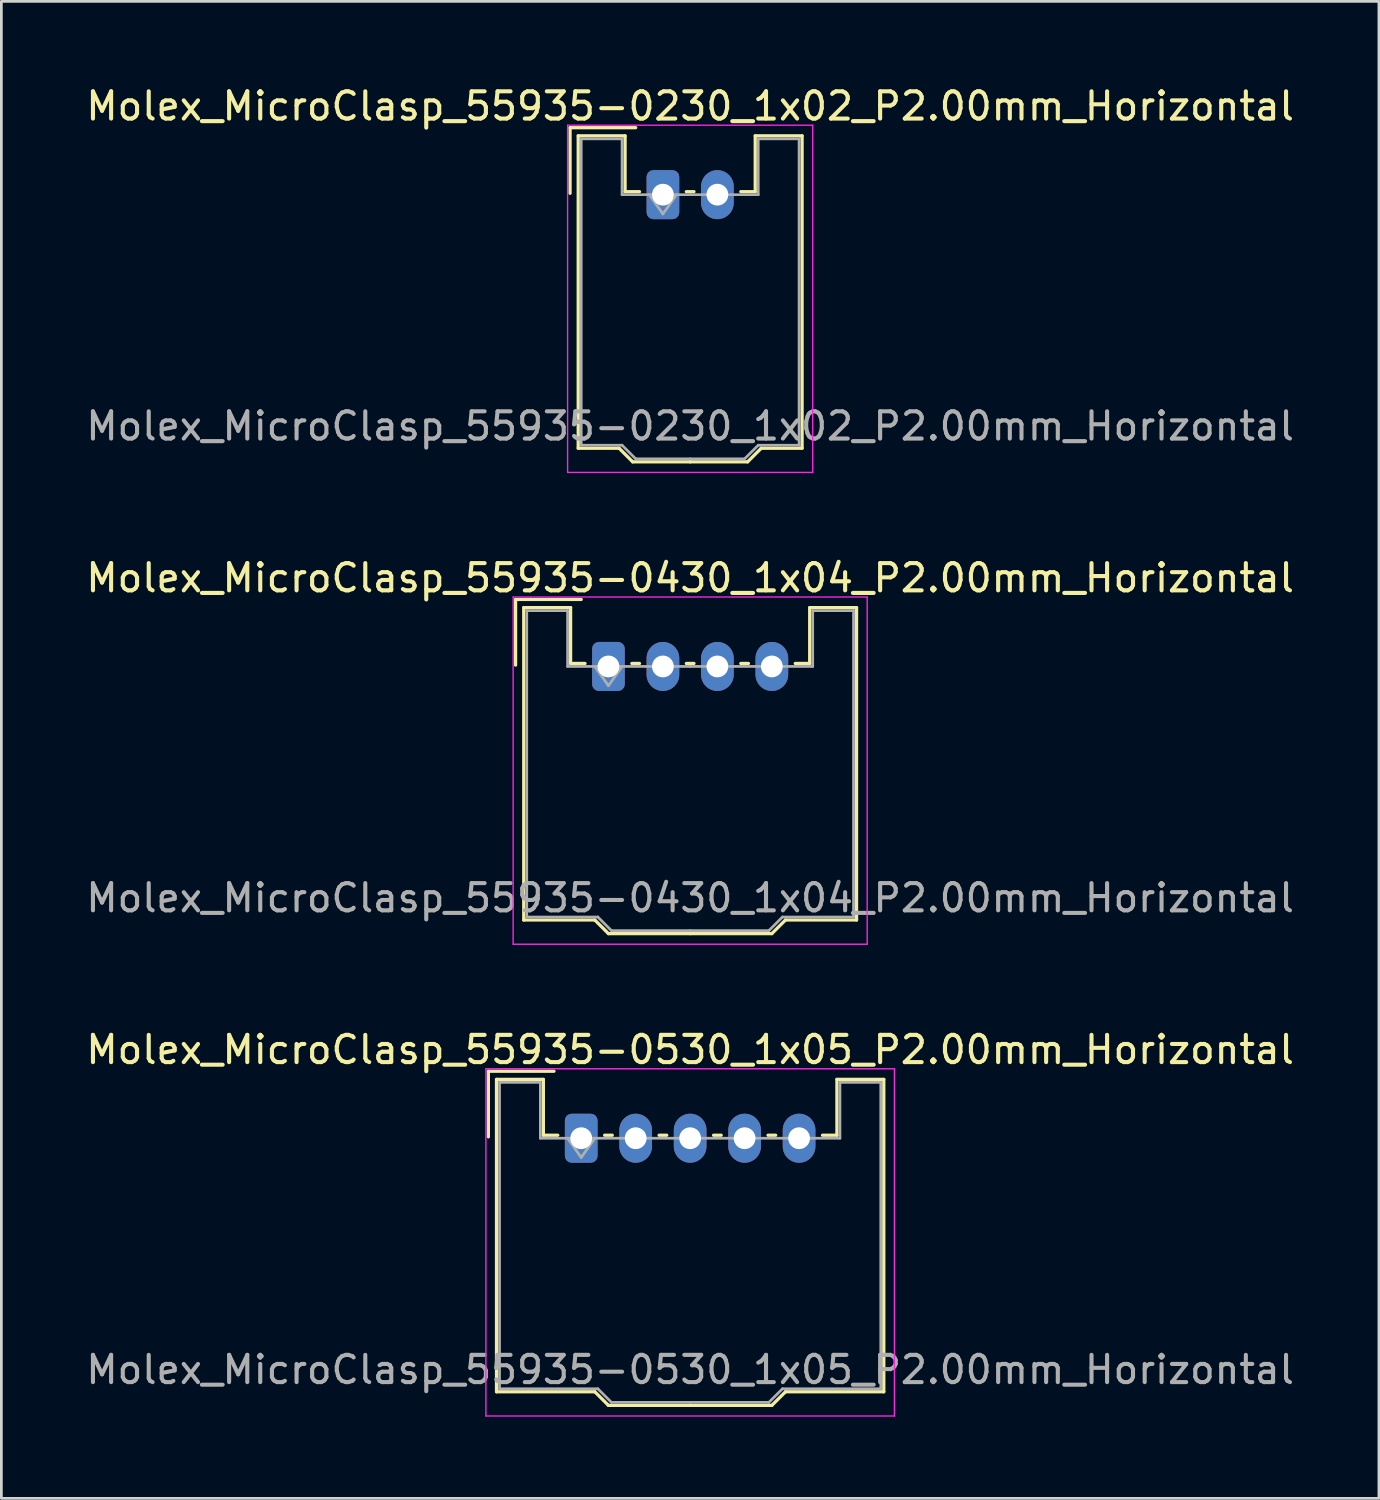
<source format=kicad_pcb>
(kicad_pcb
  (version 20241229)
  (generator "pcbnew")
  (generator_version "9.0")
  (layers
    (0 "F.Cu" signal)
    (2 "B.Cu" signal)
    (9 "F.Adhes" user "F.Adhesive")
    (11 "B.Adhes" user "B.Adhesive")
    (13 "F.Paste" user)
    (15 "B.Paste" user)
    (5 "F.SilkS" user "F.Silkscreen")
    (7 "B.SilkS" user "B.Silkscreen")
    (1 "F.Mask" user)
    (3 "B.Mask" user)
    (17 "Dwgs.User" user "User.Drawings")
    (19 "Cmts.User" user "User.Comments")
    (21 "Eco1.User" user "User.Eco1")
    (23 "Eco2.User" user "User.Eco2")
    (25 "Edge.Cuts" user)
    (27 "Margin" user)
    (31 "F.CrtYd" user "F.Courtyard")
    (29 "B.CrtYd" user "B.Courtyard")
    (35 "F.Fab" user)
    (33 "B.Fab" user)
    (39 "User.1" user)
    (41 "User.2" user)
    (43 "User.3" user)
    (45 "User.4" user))
  (footprint "Molex_MicroClasp_55935-0430_1x04_P2.00mm_Horizontal"
    (layer "F.Cu")
    (at 19.292 21.422)
    (property "Reference" "Molex_MicroClasp_55935-0430_1x04_P2.00mm_Horizontal" (at 3 -3.25 0) (layer "F.SilkS") (effects (font (size 1 1) (thickness 0.15))))
    (attr through_hole)
    (fp_line (start -3.41 -2.46) (end -1 -2.46) (stroke (width 0.12) (type solid)) (layer "F.SilkS"))
    (fp_line (start -3.41 -0.05) (end -3.41 -2.46) (stroke (width 0.12) (type solid)) (layer "F.SilkS"))
    (fp_line (start -3.11 -2.16) (end -1.39 -2.16) (stroke (width 0.12) (type solid)) (layer "F.SilkS"))
    (fp_line (start -3.11 9.31) (end -3.11 -2.16) (stroke (width 0.12) (type solid)) (layer "F.SilkS"))
    (fp_line (start -1.39 -2.16) (end -1.39 -0.11) (stroke (width 0.12) (type solid)) (layer "F.SilkS"))
    (fp_line (start -1.39 -0.11) (end -0.86 -0.11) (stroke (width 0.12) (type solid)) (layer "F.SilkS"))
    (fp_line (start -0.5 9.31) (end -3.11 9.31) (stroke (width 0.12) (type solid)) (layer "F.SilkS"))
    (fp_line (start 0 9.81) (end -0.5 9.31) (stroke (width 0.12) (type solid)) (layer "F.SilkS"))
    (fp_line (start 0.86 -0.11) (end 1.14 -0.11) (stroke (width 0.12) (type solid)) (layer "F.SilkS"))
    (fp_line (start 2.86 -0.11) (end 3.14 -0.11) (stroke (width 0.12) (type solid)) (layer "F.SilkS"))
    (fp_line (start 3 9.81) (end 0 9.81) (stroke (width 0.12) (type solid)) (layer "F.SilkS"))
    (fp_line (start 3 9.81) (end 6 9.81) (stroke (width 0.12) (type solid)) (layer "F.SilkS"))
    (fp_line (start 4.86 -0.11) (end 5.14 -0.11) (stroke (width 0.12) (type solid)) (layer "F.SilkS"))
    (fp_line (start 6 9.81) (end 6.5 9.31) (stroke (width 0.12) (type solid)) (layer "F.SilkS"))
    (fp_line (start 6.5 9.31) (end 9.11 9.31) (stroke (width 0.12) (type solid)) (layer "F.SilkS"))
    (fp_line (start 7.39 -2.16) (end 7.39 -0.11) (stroke (width 0.12) (type solid)) (layer "F.SilkS"))
    (fp_line (start 7.39 -0.11) (end 6.86 -0.11) (stroke (width 0.12) (type solid)) (layer "F.SilkS"))
    (fp_line (start 9.11 -2.16) (end 7.39 -2.16) (stroke (width 0.12) (type solid)) (layer "F.SilkS"))
    (fp_line (start 9.11 9.31) (end 9.11 -2.16) (stroke (width 0.12) (type solid)) (layer "F.SilkS"))
    (fp_line (start -3.5 -2.55) (end -3.5 10.2) (stroke (width 0.05) (type solid)) (layer "F.CrtYd"))
    (fp_line (start -3.5 10.2) (end 9.5 10.2) (stroke (width 0.05) (type solid)) (layer "F.CrtYd"))
    (fp_line (start 9.5 -2.55) (end -3.5 -2.55) (stroke (width 0.05) (type solid)) (layer "F.CrtYd"))
    (fp_line (start 9.5 10.2) (end 9.5 -2.55) (stroke (width 0.05) (type solid)) (layer "F.CrtYd"))
    (fp_line (start -3 -2.05) (end -1.5 -2.05) (stroke (width 0.1) (type solid)) (layer "F.Fab"))
    (fp_line (start -3 9.2) (end -3 -2.05) (stroke (width 0.1) (type solid)) (layer "F.Fab"))
    (fp_line (start -1.5 -2.05) (end -1.5 0) (stroke (width 0.1) (type solid)) (layer "F.Fab"))
    (fp_line (start -1.5 0) (end 3 0) (stroke (width 0.1) (type solid)) (layer "F.Fab"))
    (fp_line (start -0.5 0) (end 0 0.707) (stroke (width 0.1) (type solid)) (layer "F.Fab"))
    (fp_line (start -0.39 9.2) (end -3 9.2) (stroke (width 0.1) (type solid)) (layer "F.Fab"))
    (fp_line (start 0 0.707) (end 0.5 0) (stroke (width 0.1) (type solid)) (layer "F.Fab"))
    (fp_line (start 0.11 9.7) (end -0.39 9.2) (stroke (width 0.1) (type solid)) (layer "F.Fab"))
    (fp_line (start 3 9.7) (end 0.11 9.7) (stroke (width 0.1) (type solid)) (layer "F.Fab"))
    (fp_line (start 3 9.7) (end 5.89 9.7) (stroke (width 0.1) (type solid)) (layer "F.Fab"))
    (fp_line (start 5.89 9.7) (end 6.39 9.2) (stroke (width 0.1) (type solid)) (layer "F.Fab"))
    (fp_line (start 6.39 9.2) (end 9 9.2) (stroke (width 0.1) (type solid)) (layer "F.Fab"))
    (fp_line (start 7.5 -2.05) (end 7.5 0) (stroke (width 0.1) (type solid)) (layer "F.Fab"))
    (fp_line (start 7.5 0) (end 3 0) (stroke (width 0.1) (type solid)) (layer "F.Fab"))
    (fp_line (start 9 -2.05) (end 7.5 -2.05) (stroke (width 0.1) (type solid)) (layer "F.Fab"))
    (fp_line (start 9 9.2) (end 9 -2.05) (stroke (width 0.1) (type solid)) (layer "F.Fab"))
    (fp_text user "${REFERENCE}" (at 3 8.5 0) (layer "F.Fab") (effects (font (size 1 1) (thickness 0.15))))
    (pad "1" thru_hole roundrect (at 0 0) (size 1.2 1.8) (drill 0.8) (layers "*.Cu" "*.Mask") (roundrect_rratio 0.208))
    (pad "2" thru_hole oval (at 2 0) (size 1.2 1.8) (drill 0.8) (layers "*.Cu" "*.Mask"))
    (pad "3" thru_hole oval (at 4 0) (size 1.2 1.8) (drill 0.8) (layers "*.Cu" "*.Mask"))
    (pad "4" thru_hole oval (at 6 0) (size 1.2 1.8) (drill 0.8) (layers "*.Cu" "*.Mask")))
  (footprint "Molex_MicroClasp_55935-0230_1x02_P2.00mm_Horizontal"
    (layer "F.Cu")
    (at 21.292 4.098)
    (property "Reference" "Molex_MicroClasp_55935-0230_1x02_P2.00mm_Horizontal" (at 1 -3.25 0) (layer "F.SilkS") (effects (font (size 1 1) (thickness 0.15))))
    (attr through_hole)
    (fp_line (start -3.41 -2.46) (end -1 -2.46) (stroke (width 0.12) (type solid)) (layer "F.SilkS"))
    (fp_line (start -3.41 -0.05) (end -3.41 -2.46) (stroke (width 0.12) (type solid)) (layer "F.SilkS"))
    (fp_line (start -3.11 -2.16) (end -1.39 -2.16) (stroke (width 0.12) (type solid)) (layer "F.SilkS"))
    (fp_line (start -3.11 9.31) (end -3.11 -2.16) (stroke (width 0.12) (type solid)) (layer "F.SilkS"))
    (fp_line (start -1.61 9.31) (end -3.11 9.31) (stroke (width 0.12) (type solid)) (layer "F.SilkS"))
    (fp_line (start -1.39 -2.16) (end -1.39 -0.11) (stroke (width 0.12) (type solid)) (layer "F.SilkS"))
    (fp_line (start -1.39 -0.11) (end -0.86 -0.11) (stroke (width 0.12) (type solid)) (layer "F.SilkS"))
    (fp_line (start -1.11 9.81) (end -1.61 9.31) (stroke (width 0.12) (type solid)) (layer "F.SilkS"))
    (fp_line (start 0.86 -0.11) (end 1.14 -0.11) (stroke (width 0.12) (type solid)) (layer "F.SilkS"))
    (fp_line (start 1 9.81) (end -1.11 9.81) (stroke (width 0.12) (type solid)) (layer "F.SilkS"))
    (fp_line (start 1 9.81) (end 3.11 9.81) (stroke (width 0.12) (type solid)) (layer "F.SilkS"))
    (fp_line (start 3.11 9.81) (end 3.61 9.31) (stroke (width 0.12) (type solid)) (layer "F.SilkS"))
    (fp_line (start 3.39 -2.16) (end 3.39 -0.11) (stroke (width 0.12) (type solid)) (layer "F.SilkS"))
    (fp_line (start 3.39 -0.11) (end 2.86 -0.11) (stroke (width 0.12) (type solid)) (layer "F.SilkS"))
    (fp_line (start 3.61 9.31) (end 5.11 9.31) (stroke (width 0.12) (type solid)) (layer "F.SilkS"))
    (fp_line (start 5.11 -2.16) (end 3.39 -2.16) (stroke (width 0.12) (type solid)) (layer "F.SilkS"))
    (fp_line (start 5.11 9.31) (end 5.11 -2.16) (stroke (width 0.12) (type solid)) (layer "F.SilkS"))
    (fp_line (start -3.5 -2.55) (end -3.5 10.2) (stroke (width 0.05) (type solid)) (layer "F.CrtYd"))
    (fp_line (start -3.5 10.2) (end 5.5 10.2) (stroke (width 0.05) (type solid)) (layer "F.CrtYd"))
    (fp_line (start 5.5 -2.55) (end -3.5 -2.55) (stroke (width 0.05) (type solid)) (layer "F.CrtYd"))
    (fp_line (start 5.5 10.2) (end 5.5 -2.55) (stroke (width 0.05) (type solid)) (layer "F.CrtYd"))
    (fp_line (start -3 -2.05) (end -1.5 -2.05) (stroke (width 0.1) (type solid)) (layer "F.Fab"))
    (fp_line (start -3 9.2) (end -3 -2.05) (stroke (width 0.1) (type solid)) (layer "F.Fab"))
    (fp_line (start -1.5 -2.05) (end -1.5 0) (stroke (width 0.1) (type solid)) (layer "F.Fab"))
    (fp_line (start -1.5 0) (end 1 0) (stroke (width 0.1) (type solid)) (layer "F.Fab"))
    (fp_line (start -1.5 9.2) (end -3 9.2) (stroke (width 0.1) (type solid)) (layer "F.Fab"))
    (fp_line (start -1 9.7) (end -1.5 9.2) (stroke (width 0.1) (type solid)) (layer "F.Fab"))
    (fp_line (start -0.5 0) (end 0 0.707) (stroke (width 0.1) (type solid)) (layer "F.Fab"))
    (fp_line (start 0 0.707) (end 0.5 0) (stroke (width 0.1) (type solid)) (layer "F.Fab"))
    (fp_line (start 1 9.7) (end -1 9.7) (stroke (width 0.1) (type solid)) (layer "F.Fab"))
    (fp_line (start 1 9.7) (end 3 9.7) (stroke (width 0.1) (type solid)) (layer "F.Fab"))
    (fp_line (start 3 9.7) (end 3.5 9.2) (stroke (width 0.1) (type solid)) (layer "F.Fab"))
    (fp_line (start 3.5 -2.05) (end 3.5 0) (stroke (width 0.1) (type solid)) (layer "F.Fab"))
    (fp_line (start 3.5 0) (end 1 0) (stroke (width 0.1) (type solid)) (layer "F.Fab"))
    (fp_line (start 3.5 9.2) (end 5 9.2) (stroke (width 0.1) (type solid)) (layer "F.Fab"))
    (fp_line (start 5 -2.05) (end 3.5 -2.05) (stroke (width 0.1) (type solid)) (layer "F.Fab"))
    (fp_line (start 5 9.2) (end 5 -2.05) (stroke (width 0.1) (type solid)) (layer "F.Fab"))
    (fp_text user "${REFERENCE}" (at 1 8.5 0) (layer "F.Fab") (effects (font (size 1 1) (thickness 0.15))))
    (pad "1" thru_hole roundrect (at 0 0) (size 1.2 1.8) (drill 0.8) (layers "*.Cu" "*.Mask") (roundrect_rratio 0.208))
    (pad "2" thru_hole oval (at 2 0) (size 1.2 1.8) (drill 0.8) (layers "*.Cu" "*.Mask")))
  (footprint "Molex_MicroClasp_55935-0530_1x05_P2.00mm_Horizontal"
    (layer "F.Cu")
    (at 18.292 38.745)
    (property "Reference" "Molex_MicroClasp_55935-0530_1x05_P2.00mm_Horizontal" (at 4 -3.25 0) (layer "F.SilkS") (effects (font (size 1 1) (thickness 0.15))))
    (attr through_hole)
    (fp_line (start -3.41 -2.46) (end -1 -2.46) (stroke (width 0.12) (type solid)) (layer "F.SilkS"))
    (fp_line (start -3.41 -0.05) (end -3.41 -2.46) (stroke (width 0.12) (type solid)) (layer "F.SilkS"))
    (fp_line (start -3.11 -2.16) (end -1.39 -2.16) (stroke (width 0.12) (type solid)) (layer "F.SilkS"))
    (fp_line (start -3.11 9.31) (end -3.11 -2.16) (stroke (width 0.12) (type solid)) (layer "F.SilkS"))
    (fp_line (start -1.39 -2.16) (end -1.39 -0.11) (stroke (width 0.12) (type solid)) (layer "F.SilkS"))
    (fp_line (start -1.39 -0.11) (end -0.86 -0.11) (stroke (width 0.12) (type solid)) (layer "F.SilkS"))
    (fp_line (start 0.5 9.31) (end -3.11 9.31) (stroke (width 0.12) (type solid)) (layer "F.SilkS"))
    (fp_line (start 0.86 -0.11) (end 1.14 -0.11) (stroke (width 0.12) (type solid)) (layer "F.SilkS"))
    (fp_line (start 1 9.81) (end 0.5 9.31) (stroke (width 0.12) (type solid)) (layer "F.SilkS"))
    (fp_line (start 2.86 -0.11) (end 3.14 -0.11) (stroke (width 0.12) (type solid)) (layer "F.SilkS"))
    (fp_line (start 4 9.81) (end 1 9.81) (stroke (width 0.12) (type solid)) (layer "F.SilkS"))
    (fp_line (start 4 9.81) (end 7 9.81) (stroke (width 0.12) (type solid)) (layer "F.SilkS"))
    (fp_line (start 4.86 -0.11) (end 5.14 -0.11) (stroke (width 0.12) (type solid)) (layer "F.SilkS"))
    (fp_line (start 6.86 -0.11) (end 7.14 -0.11) (stroke (width 0.12) (type solid)) (layer "F.SilkS"))
    (fp_line (start 7 9.81) (end 7.5 9.31) (stroke (width 0.12) (type solid)) (layer "F.SilkS"))
    (fp_line (start 7.5 9.31) (end 11.11 9.31) (stroke (width 0.12) (type solid)) (layer "F.SilkS"))
    (fp_line (start 9.39 -2.16) (end 9.39 -0.11) (stroke (width 0.12) (type solid)) (layer "F.SilkS"))
    (fp_line (start 9.39 -0.11) (end 8.86 -0.11) (stroke (width 0.12) (type solid)) (layer "F.SilkS"))
    (fp_line (start 11.11 -2.16) (end 9.39 -2.16) (stroke (width 0.12) (type solid)) (layer "F.SilkS"))
    (fp_line (start 11.11 9.31) (end 11.11 -2.16) (stroke (width 0.12) (type solid)) (layer "F.SilkS"))
    (fp_line (start -3.5 -2.55) (end -3.5 10.2) (stroke (width 0.05) (type solid)) (layer "F.CrtYd"))
    (fp_line (start -3.5 10.2) (end 11.5 10.2) (stroke (width 0.05) (type solid)) (layer "F.CrtYd"))
    (fp_line (start 11.5 -2.55) (end -3.5 -2.55) (stroke (width 0.05) (type solid)) (layer "F.CrtYd"))
    (fp_line (start 11.5 10.2) (end 11.5 -2.55) (stroke (width 0.05) (type solid)) (layer "F.CrtYd"))
    (fp_line (start -3 -2.05) (end -1.5 -2.05) (stroke (width 0.1) (type solid)) (layer "F.Fab"))
    (fp_line (start -3 9.2) (end -3 -2.05) (stroke (width 0.1) (type solid)) (layer "F.Fab"))
    (fp_line (start -1.5 -2.05) (end -1.5 0) (stroke (width 0.1) (type solid)) (layer "F.Fab"))
    (fp_line (start -1.5 0) (end 4 0) (stroke (width 0.1) (type solid)) (layer "F.Fab"))
    (fp_line (start -0.5 0) (end 0 0.707) (stroke (width 0.1) (type solid)) (layer "F.Fab"))
    (fp_line (start 0 0.707) (end 0.5 0) (stroke (width 0.1) (type solid)) (layer "F.Fab"))
    (fp_line (start 0.61 9.2) (end -3 9.2) (stroke (width 0.1) (type solid)) (layer "F.Fab"))
    (fp_line (start 1.11 9.7) (end 0.61 9.2) (stroke (width 0.1) (type solid)) (layer "F.Fab"))
    (fp_line (start 4 9.7) (end 1.11 9.7) (stroke (width 0.1) (type solid)) (layer "F.Fab"))
    (fp_line (start 4 9.7) (end 6.89 9.7) (stroke (width 0.1) (type solid)) (layer "F.Fab"))
    (fp_line (start 6.89 9.7) (end 7.39 9.2) (stroke (width 0.1) (type solid)) (layer "F.Fab"))
    (fp_line (start 7.39 9.2) (end 11 9.2) (stroke (width 0.1) (type solid)) (layer "F.Fab"))
    (fp_line (start 9.5 -2.05) (end 9.5 0) (stroke (width 0.1) (type solid)) (layer "F.Fab"))
    (fp_line (start 9.5 0) (end 4 0) (stroke (width 0.1) (type solid)) (layer "F.Fab"))
    (fp_line (start 11 -2.05) (end 9.5 -2.05) (stroke (width 0.1) (type solid)) (layer "F.Fab"))
    (fp_line (start 11 9.2) (end 11 -2.05) (stroke (width 0.1) (type solid)) (layer "F.Fab"))
    (fp_text user "${REFERENCE}" (at 4 8.5 0) (layer "F.Fab") (effects (font (size 1 1) (thickness 0.15))))
    (pad "1" thru_hole roundrect (at 0 0) (size 1.2 1.8) (drill 0.8) (layers "*.Cu" "*.Mask") (roundrect_rratio 0.208))
    (pad "2" thru_hole oval (at 2 0) (size 1.2 1.8) (drill 0.8) (layers "*.Cu" "*.Mask"))
    (pad "3" thru_hole oval (at 4 0) (size 1.2 1.8) (drill 0.8) (layers "*.Cu" "*.Mask"))
    (pad "4" thru_hole oval (at 6 0) (size 1.2 1.8) (drill 0.8) (layers "*.Cu" "*.Mask"))
    (pad "5" thru_hole oval (at 8 0) (size 1.2 1.8) (drill 0.8) (layers "*.Cu" "*.Mask")))
  (gr_rect
    (start -3 -3)
    (end 47.583 51.97)
    (stroke (width 0.1) (type default))
    (fill no)
    (layer "Edge.Cuts")))
</source>
